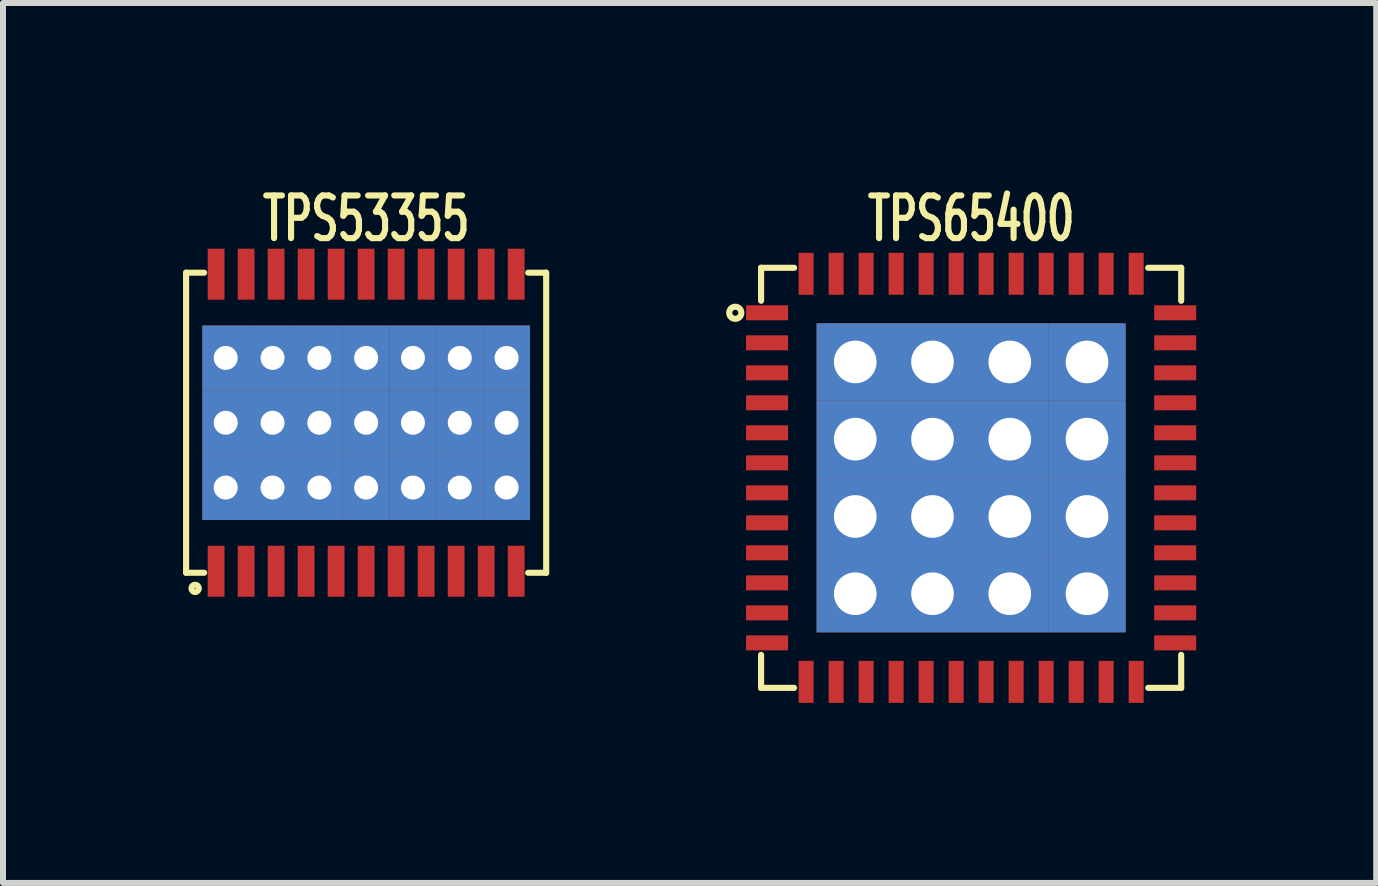
<source format=kicad_pcb>
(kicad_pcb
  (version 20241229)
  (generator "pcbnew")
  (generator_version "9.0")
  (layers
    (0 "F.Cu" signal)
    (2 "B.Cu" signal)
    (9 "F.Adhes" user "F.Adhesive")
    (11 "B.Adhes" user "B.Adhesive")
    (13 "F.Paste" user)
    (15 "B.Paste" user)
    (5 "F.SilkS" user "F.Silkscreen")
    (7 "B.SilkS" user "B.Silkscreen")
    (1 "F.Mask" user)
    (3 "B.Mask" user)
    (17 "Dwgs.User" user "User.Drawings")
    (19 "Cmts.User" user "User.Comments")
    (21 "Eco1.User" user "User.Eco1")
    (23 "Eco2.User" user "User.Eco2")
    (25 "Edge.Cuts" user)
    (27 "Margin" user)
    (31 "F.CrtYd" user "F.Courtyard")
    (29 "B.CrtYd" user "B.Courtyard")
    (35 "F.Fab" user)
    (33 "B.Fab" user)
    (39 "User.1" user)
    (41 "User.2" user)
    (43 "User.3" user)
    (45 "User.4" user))
  (footprint "TPS65400"
    (layer "F.Cu")
    (at 13.132 4.912)
    (property "Reference" "TPS65400" (at 0 -4.318 0) (layer "F.SilkS") (effects (font (size 0.711 0.457) (thickness 0.102))))
    (attr smd)
    (fp_line (start -3.5 -3.5) (end -3.5 -2.95) (stroke (width 0.102) (type solid)) (layer "F.SilkS"))
    (fp_line (start -3.5 -3.5) (end -2.95 -3.5) (stroke (width 0.102) (type solid)) (layer "F.SilkS"))
    (fp_line (start -3.5 3.5) (end -3.5 2.95) (stroke (width 0.102) (type solid)) (layer "F.SilkS"))
    (fp_line (start -3.5 3.5) (end -2.95 3.5) (stroke (width 0.102) (type solid)) (layer "F.SilkS"))
    (fp_line (start 3.5 -3.5) (end 2.95 -3.5) (stroke (width 0.102) (type solid)) (layer "F.SilkS"))
    (fp_line (start 3.5 -3.5) (end 3.5 -2.95) (stroke (width 0.102) (type solid)) (layer "F.SilkS"))
    (fp_line (start 3.5 3.5) (end 2.95 3.5) (stroke (width 0.102) (type solid)) (layer "F.SilkS"))
    (fp_line (start 3.5 3.5) (end 3.5 2.95) (stroke (width 0.102) (type solid)) (layer "F.SilkS"))
    (fp_circle (center -3.93 -2.75) (end -3.98 -2.75) (stroke (width 0.102) (type solid)) (fill no) (layer "F.SilkS"))
    (pad "1" smd rect (at -3.4 -2.75) (size 0.7 0.25) (layers "F.Cu" "F.Mask" "F.Paste"))
    (pad "2" smd rect (at -3.4 -2.25) (size 0.7 0.25) (layers "F.Cu" "F.Mask" "F.Paste"))
    (pad "3" smd rect (at -3.4 -1.75) (size 0.7 0.25) (layers "F.Cu" "F.Mask" "F.Paste"))
    (pad "4" smd rect (at -3.4 -1.25) (size 0.7 0.25) (layers "F.Cu" "F.Mask" "F.Paste"))
    (pad "5" smd rect (at -3.4 -0.75) (size 0.7 0.25) (layers "F.Cu" "F.Mask" "F.Paste"))
    (pad "6" smd rect (at -3.4 -0.25) (size 0.7 0.25) (layers "F.Cu" "F.Mask" "F.Paste"))
    (pad "7" smd rect (at -3.4 0.25) (size 0.7 0.25) (layers "F.Cu" "F.Mask" "F.Paste"))
    (pad "8" smd rect (at -3.4 0.75) (size 0.7 0.25) (layers "F.Cu" "F.Mask" "F.Paste"))
    (pad "9" smd rect (at -3.4 1.25) (size 0.7 0.25) (layers "F.Cu" "F.Mask" "F.Paste"))
    (pad "10" smd rect (at -3.4 1.75) (size 0.7 0.25) (layers "F.Cu" "F.Mask" "F.Paste"))
    (pad "11" smd rect (at -3.4 2.25) (size 0.7 0.25) (layers "F.Cu" "F.Mask" "F.Paste"))
    (pad "12" smd rect (at -3.4 2.75) (size 0.7 0.25) (layers "F.Cu" "F.Mask" "F.Paste"))
    (pad "13" smd rect (at -2.75 3.4 90) (size 0.7 0.25) (layers "F.Cu" "F.Mask" "F.Paste"))
    (pad "14" smd rect (at -2.25 3.4 90) (size 0.7 0.25) (layers "F.Cu" "F.Mask" "F.Paste"))
    (pad "15" smd rect (at -1.75 3.4 90) (size 0.7 0.25) (layers "F.Cu" "F.Mask" "F.Paste"))
    (pad "16" smd rect (at -1.25 3.4 90) (size 0.7 0.25) (layers "F.Cu" "F.Mask" "F.Paste"))
    (pad "17" smd rect (at -0.75 3.4 90) (size 0.7 0.25) (layers "F.Cu" "F.Mask" "F.Paste"))
    (pad "18" smd rect (at -0.25 3.4 90) (size 0.7 0.25) (layers "F.Cu" "F.Mask" "F.Paste"))
    (pad "19" smd rect (at 0.25 3.4 90) (size 0.7 0.25) (layers "F.Cu" "F.Mask" "F.Paste"))
    (pad "20" smd rect (at 0.75 3.4 90) (size 0.7 0.25) (layers "F.Cu" "F.Mask" "F.Paste"))
    (pad "21" smd rect (at 1.25 3.4 90) (size 0.7 0.25) (layers "F.Cu" "F.Mask" "F.Paste"))
    (pad "22" smd rect (at 1.75 3.4 90) (size 0.7 0.25) (layers "F.Cu" "F.Mask" "F.Paste"))
    (pad "23" smd rect (at 2.25 3.4 90) (size 0.7 0.25) (layers "F.Cu" "F.Mask" "F.Paste"))
    (pad "24" smd rect (at 2.75 3.4 90) (size 0.7 0.25) (layers "F.Cu" "F.Mask" "F.Paste"))
    (pad "25" smd rect (at 3.4 2.75) (size 0.7 0.25) (layers "F.Cu" "F.Mask" "F.Paste"))
    (pad "26" smd rect (at 3.4 2.25) (size 0.7 0.25) (layers "F.Cu" "F.Mask" "F.Paste"))
    (pad "27" smd rect (at 3.4 1.75) (size 0.7 0.25) (layers "F.Cu" "F.Mask" "F.Paste"))
    (pad "28" smd rect (at 3.4 1.25) (size 0.7 0.25) (layers "F.Cu" "F.Mask" "F.Paste"))
    (pad "29" smd rect (at 3.4 0.75) (size 0.7 0.25) (layers "F.Cu" "F.Mask" "F.Paste"))
    (pad "30" smd rect (at 3.4 0.25) (size 0.7 0.25) (layers "F.Cu" "F.Mask" "F.Paste"))
    (pad "31" smd rect (at 3.4 -0.25) (size 0.7 0.25) (layers "F.Cu" "F.Mask" "F.Paste"))
    (pad "32" smd rect (at 3.4 -0.75) (size 0.7 0.25) (layers "F.Cu" "F.Mask" "F.Paste"))
    (pad "33" smd rect (at 3.4 -1.25) (size 0.7 0.25) (layers "F.Cu" "F.Mask" "F.Paste"))
    (pad "34" smd rect (at 3.4 -1.75) (size 0.7 0.25) (layers "F.Cu" "F.Mask" "F.Paste"))
    (pad "35" smd rect (at 3.4 -2.25) (size 0.7 0.25) (layers "F.Cu" "F.Mask" "F.Paste"))
    (pad "36" smd rect (at 3.4 -2.75) (size 0.7 0.25) (layers "F.Cu" "F.Mask" "F.Paste"))
    (pad "37" smd rect (at 2.75 -3.4 90) (size 0.7 0.25) (layers "F.Cu" "F.Mask" "F.Paste"))
    (pad "38" smd rect (at 2.25 -3.4 90) (size 0.7 0.25) (layers "F.Cu" "F.Mask" "F.Paste"))
    (pad "39" smd rect (at 1.75 -3.4 90) (size 0.7 0.25) (layers "F.Cu" "F.Mask" "F.Paste"))
    (pad "40" smd rect (at 1.25 -3.4 90) (size 0.7 0.25) (layers "F.Cu" "F.Mask" "F.Paste"))
    (pad "41" smd rect (at 0.75 -3.4 90) (size 0.7 0.25) (layers "F.Cu" "F.Mask" "F.Paste"))
    (pad "42" smd rect (at 0.25 -3.4 90) (size 0.7 0.25) (layers "F.Cu" "F.Mask" "F.Paste"))
    (pad "43" smd rect (at -0.25 -3.4 90) (size 0.7 0.25) (layers "F.Cu" "F.Mask" "F.Paste"))
    (pad "44" smd rect (at -0.75 -3.4 90) (size 0.7 0.25) (layers "F.Cu" "F.Mask" "F.Paste"))
    (pad "45" smd rect (at -1.25 -3.4 90) (size 0.7 0.25) (layers "F.Cu" "F.Mask" "F.Paste"))
    (pad "46" smd rect (at -1.75 -3.4 90) (size 0.7 0.25) (layers "F.Cu" "F.Mask" "F.Paste"))
    (pad "47" smd rect (at -2.25 -3.4 90) (size 0.7 0.25) (layers "F.Cu" "F.Mask" "F.Paste"))
    (pad "48" smd rect (at -2.75 -3.4 90) (size 0.7 0.25) (layers "F.Cu" "F.Mask" "F.Paste"))
    (pad "49" thru_hole rect (at -1.931 -1.931) (size 1.288 1.288) (drill 0.711) (layers "*.Cu" "*.Mask" "F.Paste"))
    (pad "49" thru_hole rect (at -1.931 -0.644) (size 1.288 1.288) (drill 0.711) (layers "*.Cu" "*.Mask" "F.Paste"))
    (pad "49" thru_hole rect (at -1.931 0.644) (size 1.288 1.288) (drill 0.711) (layers "*.Cu" "*.Mask" "F.Paste"))
    (pad "49" thru_hole rect (at -1.931 1.931) (size 1.288 1.288) (drill 0.711) (layers "*.Cu" "*.Mask" "F.Paste"))
    (pad "49" thru_hole rect (at -0.644 -1.931) (size 1.288 1.288) (drill 0.711) (layers "*.Cu" "*.Mask" "F.Paste"))
    (pad "49" thru_hole rect (at -0.644 -0.644) (size 1.288 1.288) (drill 0.711) (layers "*.Cu" "*.Mask" "F.Paste"))
    (pad "49" thru_hole rect (at -0.644 0.644) (size 1.288 1.288) (drill 0.711) (layers "*.Cu" "*.Mask" "F.Paste"))
    (pad "49" thru_hole rect (at -0.644 1.931) (size 1.288 1.288) (drill 0.711) (layers "*.Cu" "*.Mask" "F.Paste"))
    (pad "49" thru_hole rect (at 0.644 -1.931) (size 1.288 1.288) (drill 0.711) (layers "*.Cu" "*.Mask" "F.Paste"))
    (pad "49" thru_hole rect (at 0.644 -0.644) (size 1.288 1.288) (drill 0.711) (layers "*.Cu" "*.Mask" "F.Paste"))
    (pad "49" thru_hole rect (at 0.644 0.644) (size 1.288 1.288) (drill 0.711) (layers "*.Cu" "*.Mask" "F.Paste"))
    (pad "49" thru_hole rect (at 0.644 1.931) (size 1.288 1.288) (drill 0.711) (layers "*.Cu" "*.Mask" "F.Paste"))
    (pad "49" thru_hole rect (at 1.931 -1.931) (size 1.288 1.288) (drill 0.711) (layers "*.Cu" "*.Mask" "F.Paste"))
    (pad "49" thru_hole rect (at 1.931 -0.644) (size 1.288 1.288) (drill 0.711) (layers "*.Cu" "*.Mask" "F.Paste"))
    (pad "49" thru_hole rect (at 1.931 0.644) (size 1.288 1.288) (drill 0.711) (layers "*.Cu" "*.Mask" "F.Paste"))
    (pad "49" thru_hole rect (at 1.931 1.931) (size 1.288 1.288) (drill 0.711) (layers "*.Cu" "*.Mask" "F.Paste")))
  (footprint "TPS53355"
    (layer "F.Cu")
    (at 3.051 3.994)
    (property "Reference" "TPS53355" (at 0 -3.4 0) (layer "F.SilkS") (effects (font (size 0.711 0.457) (thickness 0.102))))
    (attr through_hole)
    (fp_line (start -3 -2.5) (end -3 2.5) (stroke (width 0.102) (type solid)) (layer "F.SilkS"))
    (fp_line (start -3 2.5) (end -2.7 2.5) (stroke (width 0.102) (type solid)) (layer "F.SilkS"))
    (fp_line (start -2.7 -2.5) (end -3 -2.5) (stroke (width 0.102) (type solid)) (layer "F.SilkS"))
    (fp_line (start 2.7 2.5) (end 3 2.5) (stroke (width 0.102) (type solid)) (layer "F.SilkS"))
    (fp_line (start 3 -2.5) (end 2.7 -2.5) (stroke (width 0.102) (type solid)) (layer "F.SilkS"))
    (fp_line (start 3 2.5) (end 3 -2.5) (stroke (width 0.102) (type solid)) (layer "F.SilkS"))
    (fp_circle (center -2.85 2.76) (end -2.84 2.7) (stroke (width 0.102) (type solid)) (fill no) (layer "F.SilkS"))
    (pad "1" smd rect (at -2.5 2.475) (size 0.28 0.85) (layers "F.Cu" "F.Mask" "F.Paste"))
    (pad "2" smd rect (at -2 2.475) (size 0.28 0.85) (layers "F.Cu" "F.Mask" "F.Paste"))
    (pad "3" smd rect (at -1.5 2.475) (size 0.28 0.85) (layers "F.Cu" "F.Mask" "F.Paste"))
    (pad "4" smd rect (at -1 2.475) (size 0.28 0.85) (layers "F.Cu" "F.Mask" "F.Paste"))
    (pad "5" smd rect (at -0.5 2.475) (size 0.28 0.85) (layers "F.Cu" "F.Mask" "F.Paste"))
    (pad "6" smd rect (at 0 2.475) (size 0.28 0.85) (layers "F.Cu" "F.Mask" "F.Paste"))
    (pad "7" smd rect (at 0.5 2.475) (size 0.28 0.85) (layers "F.Cu" "F.Mask" "F.Paste"))
    (pad "8" smd rect (at 1 2.475) (size 0.28 0.85) (layers "F.Cu" "F.Mask" "F.Paste"))
    (pad "9" smd rect (at 1.5 2.475) (size 0.28 0.85) (layers "F.Cu" "F.Mask" "F.Paste"))
    (pad "10" smd rect (at 2 2.475) (size 0.28 0.85) (layers "F.Cu" "F.Mask" "F.Paste"))
    (pad "11" smd rect (at 2.5 2.475) (size 0.28 0.85) (layers "F.Cu" "F.Mask" "F.Paste"))
    (pad "12" smd rect (at 2.5 -2.475) (size 0.28 0.85) (layers "F.Cu" "F.Mask" "F.Paste"))
    (pad "13" smd rect (at 2 -2.475) (size 0.28 0.85) (layers "F.Cu" "F.Mask" "F.Paste"))
    (pad "14" smd rect (at 1.5 -2.475) (size 0.28 0.85) (layers "F.Cu" "F.Mask" "F.Paste"))
    (pad "15" smd rect (at 1 -2.475) (size 0.28 0.85) (layers "F.Cu" "F.Mask" "F.Paste"))
    (pad "16" smd rect (at 0.5 -2.475) (size 0.28 0.85) (layers "F.Cu" "F.Mask" "F.Paste"))
    (pad "17" smd rect (at 0 -2.475) (size 0.28 0.85) (layers "F.Cu" "F.Mask" "F.Paste"))
    (pad "18" smd rect (at -0.5 -2.475) (size 0.28 0.85) (layers "F.Cu" "F.Mask" "F.Paste"))
    (pad "19" smd rect (at -1 -2.475) (size 0.28 0.85) (layers "F.Cu" "F.Mask" "F.Paste"))
    (pad "20" smd rect (at -1.5 -2.475) (size 0.28 0.85) (layers "F.Cu" "F.Mask" "F.Paste"))
    (pad "21" smd rect (at -2 -2.475) (size 0.28 0.85) (layers "F.Cu" "F.Mask" "F.Paste"))
    (pad "22" smd rect (at -2.5 -2.475) (size 0.28 0.85) (layers "F.Cu" "F.Mask" "F.Paste"))
    (pad "23" thru_hole rect (at -2.34 -1.08) (size 0.78 1.08) (drill 0.4) (layers "*.Cu" "*.Mask" "F.Paste"))
    (pad "23" thru_hole rect (at -2.34 0) (size 0.78 1.08) (drill 0.4) (layers "*.Cu" "*.Mask" "F.Paste"))
    (pad "23" thru_hole rect (at -2.34 1.08) (size 0.78 1.08) (drill 0.4) (layers "*.Cu" "*.Mask" "F.Paste"))
    (pad "23" thru_hole rect (at -1.56 -1.08) (size 0.78 1.08) (drill 0.4) (layers "*.Cu" "*.Mask" "F.Paste"))
    (pad "23" thru_hole rect (at -1.56 0) (size 0.78 1.08) (drill 0.4) (layers "*.Cu" "*.Mask" "F.Paste"))
    (pad "23" thru_hole rect (at -1.56 1.08) (size 0.78 1.08) (drill 0.4) (layers "*.Cu" "*.Mask" "F.Paste"))
    (pad "23" thru_hole rect (at -0.78 -1.08) (size 0.78 1.08) (drill 0.4) (layers "*.Cu" "*.Mask" "F.Paste"))
    (pad "23" thru_hole rect (at -0.78 0) (size 0.78 1.08) (drill 0.4) (layers "*.Cu" "*.Mask" "F.Paste"))
    (pad "23" thru_hole rect (at -0.78 1.08) (size 0.78 1.08) (drill 0.4) (layers "*.Cu" "*.Mask" "F.Paste"))
    (pad "23" thru_hole rect (at 0 -1.08) (size 0.78 1.08) (drill 0.4) (layers "*.Cu" "*.Mask" "F.Paste"))
    (pad "23" thru_hole rect (at 0 0) (size 0.78 1.08) (drill 0.4) (layers "*.Cu" "*.Mask" "F.Paste"))
    (pad "23" thru_hole rect (at 0 1.08) (size 0.78 1.08) (drill 0.4) (layers "*.Cu" "*.Mask" "F.Paste"))
    (pad "23" thru_hole rect (at 0.78 -1.08) (size 0.78 1.08) (drill 0.4) (layers "*.Cu" "*.Mask" "F.Paste"))
    (pad "23" thru_hole rect (at 0.78 0) (size 0.78 1.08) (drill 0.4) (layers "*.Cu" "*.Mask" "F.Paste"))
    (pad "23" thru_hole rect (at 0.78 1.08) (size 0.78 1.08) (drill 0.4) (layers "*.Cu" "*.Mask" "F.Paste"))
    (pad "23" thru_hole rect (at 1.56 -1.08) (size 0.78 1.08) (drill 0.4) (layers "*.Cu" "*.Mask" "F.Paste"))
    (pad "23" thru_hole rect (at 1.56 0) (size 0.78 1.08) (drill 0.4) (layers "*.Cu" "*.Mask" "F.Paste"))
    (pad "23" thru_hole rect (at 1.56 1.08) (size 0.78 1.08) (drill 0.4) (layers "*.Cu" "*.Mask" "F.Paste"))
    (pad "23" thru_hole rect (at 2.34 -1.08) (size 0.78 1.08) (drill 0.4) (layers "*.Cu" "*.Mask" "F.Paste"))
    (pad "23" thru_hole rect (at 2.34 0) (size 0.78 1.08) (drill 0.4) (layers "*.Cu" "*.Mask" "F.Paste"))
    (pad "23" thru_hole rect (at 2.34 1.08) (size 0.78 1.08) (drill 0.4) (layers "*.Cu" "*.Mask" "F.Paste")))
  (gr_rect
    (start -3 -3)
    (end 19.882 11.662)
    (stroke (width 0.1) (type default))
    (fill no)
    (layer "Edge.Cuts")))
</source>
